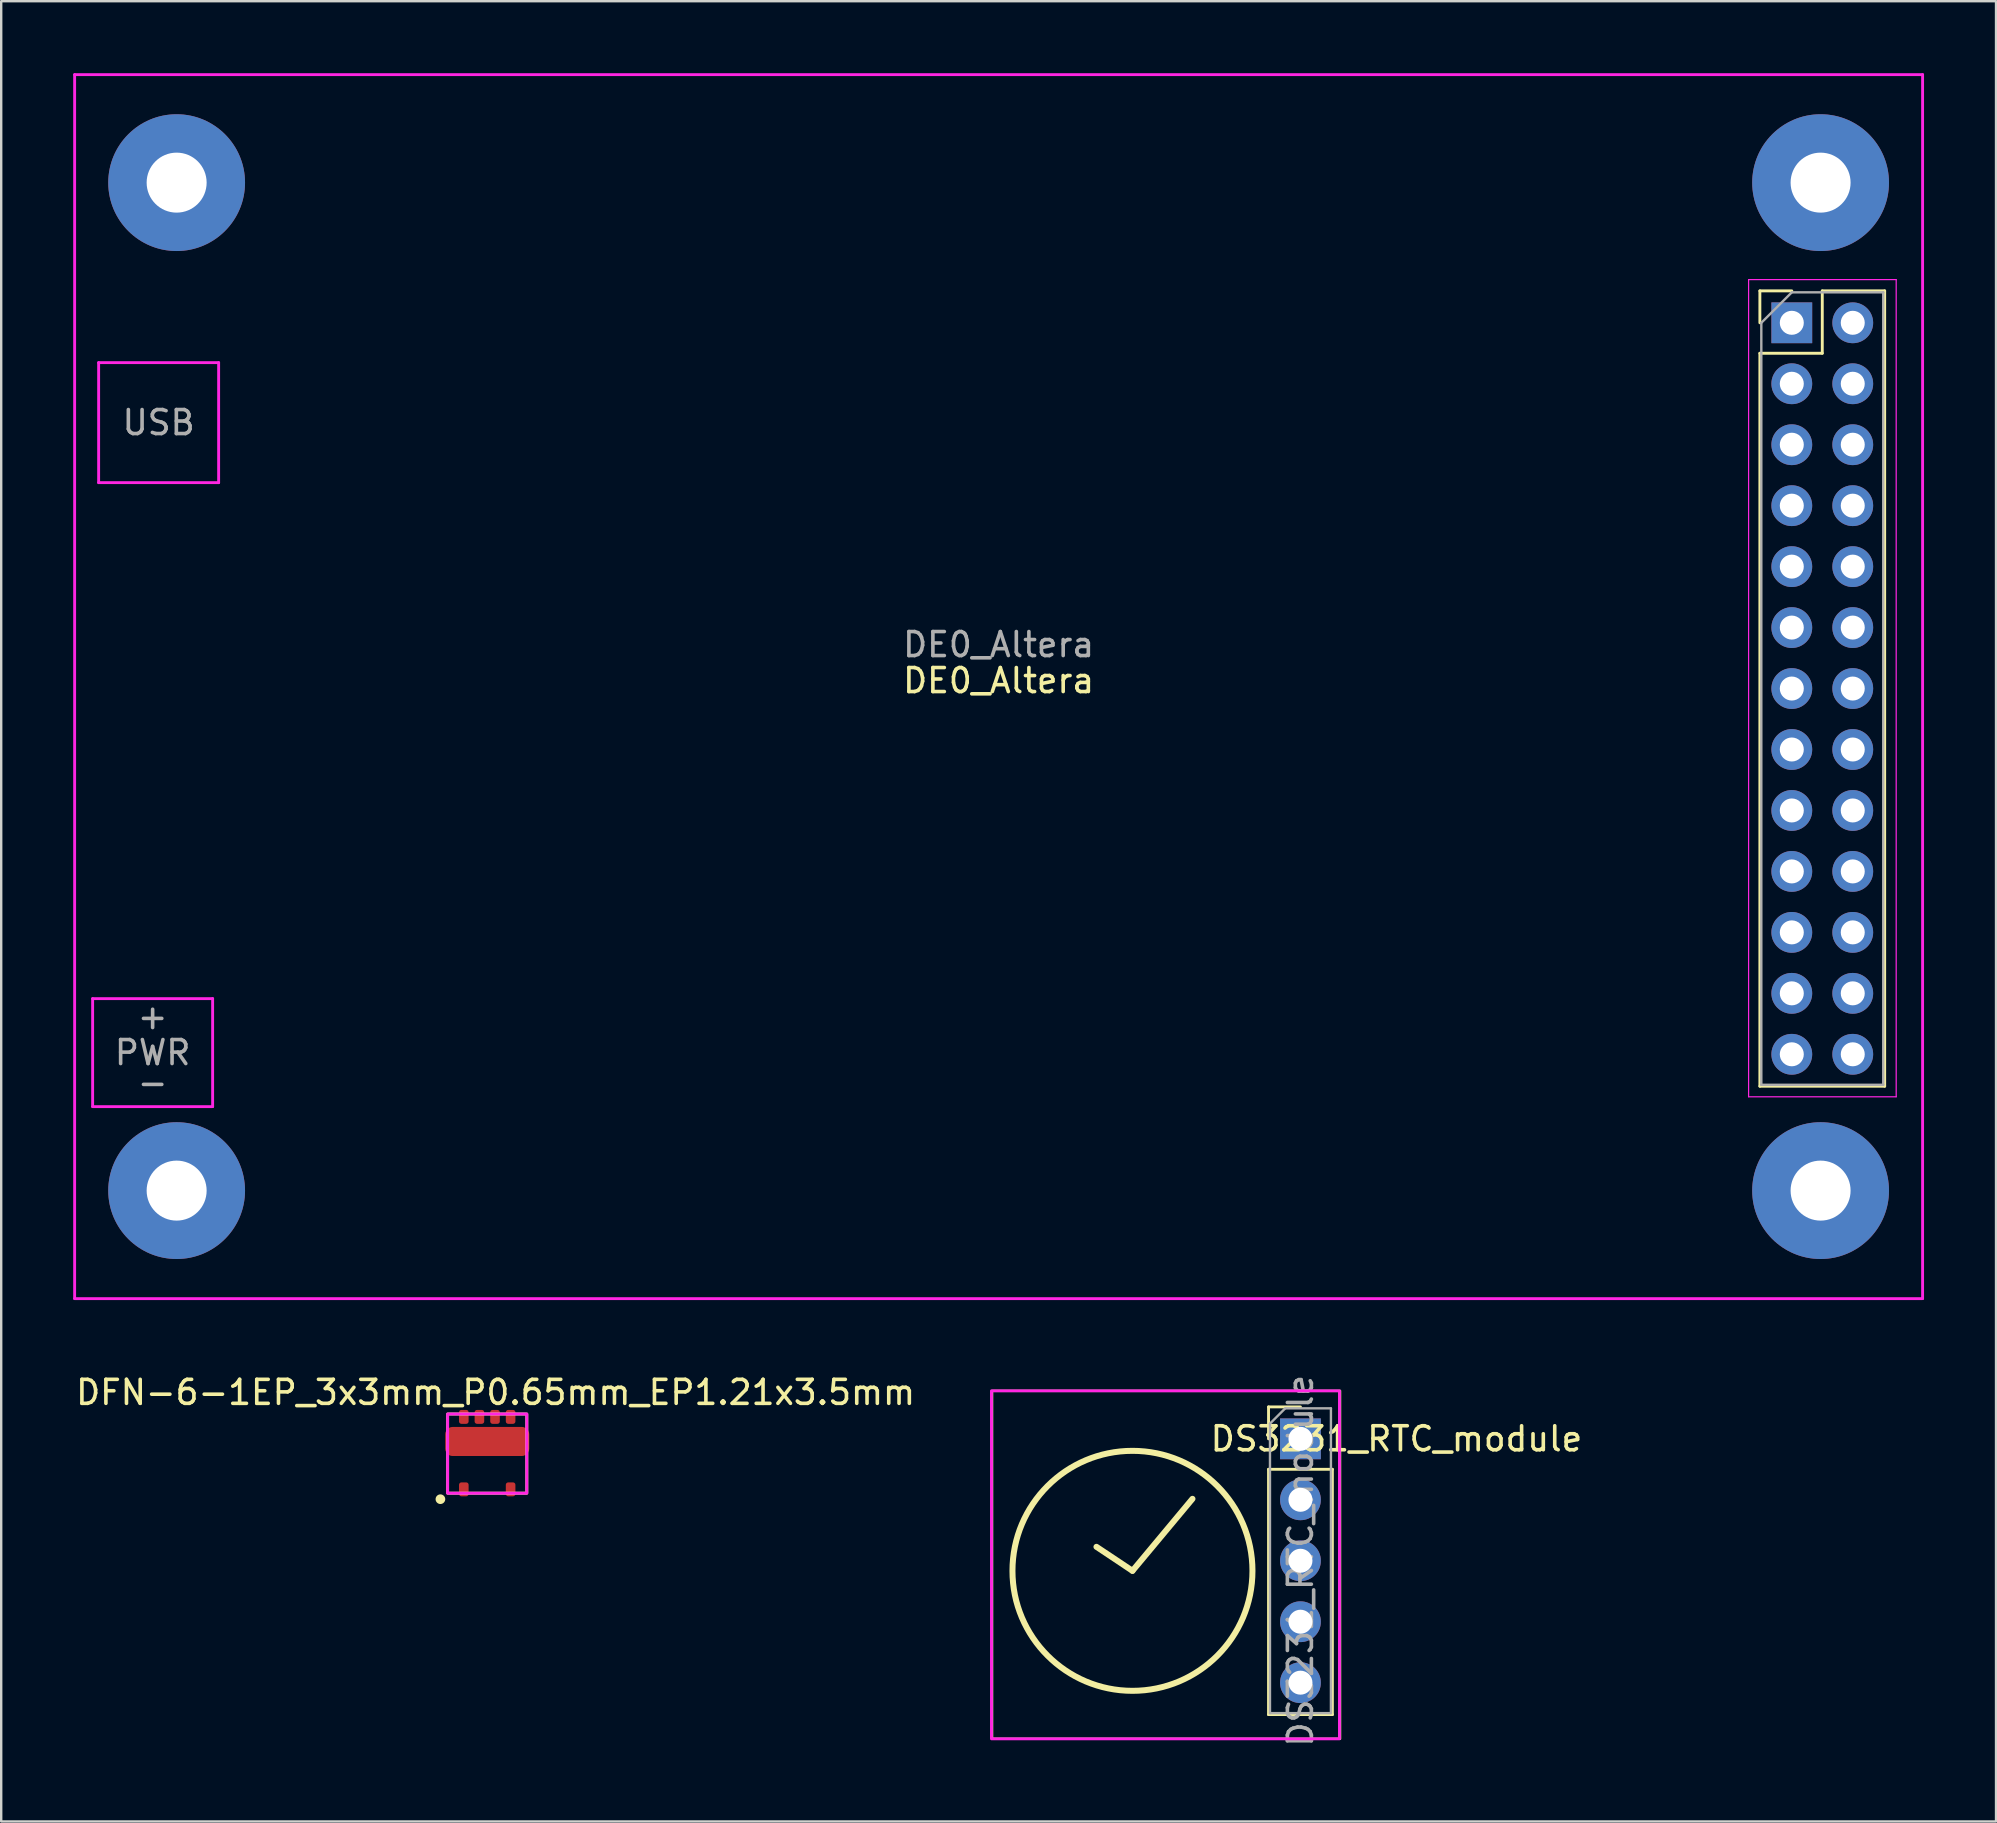
<source format=kicad_pcb>
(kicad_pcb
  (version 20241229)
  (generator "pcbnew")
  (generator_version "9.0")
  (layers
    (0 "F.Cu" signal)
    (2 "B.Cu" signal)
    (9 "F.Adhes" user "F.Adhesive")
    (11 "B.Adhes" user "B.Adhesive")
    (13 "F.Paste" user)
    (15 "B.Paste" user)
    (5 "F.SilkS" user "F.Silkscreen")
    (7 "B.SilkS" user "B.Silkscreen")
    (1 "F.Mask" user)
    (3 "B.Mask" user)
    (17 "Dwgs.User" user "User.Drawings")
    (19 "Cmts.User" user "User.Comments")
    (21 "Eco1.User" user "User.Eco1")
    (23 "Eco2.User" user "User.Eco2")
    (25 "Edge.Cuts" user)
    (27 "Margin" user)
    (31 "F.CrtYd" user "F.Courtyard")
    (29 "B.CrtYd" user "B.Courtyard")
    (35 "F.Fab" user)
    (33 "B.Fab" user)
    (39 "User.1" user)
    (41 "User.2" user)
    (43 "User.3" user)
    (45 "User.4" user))
  (footprint "DFN-6-1EP_3x3mm_P0.65mm_EP1.21x3.5mm"
    (layer "F.Cu")
    (at 17.251 57.618)
    (property "Reference" "DFN-6-1EP_3x3mm_P0.65mm_EP1.21x3.5mm" (at 0.35 -2.65 0) (unlocked yes) (layer "F.SilkS") (effects (font (size 1 1) (thickness 0.15))))
    (attr smd)
    (fp_rect (start -1.65 1.55) (end 1.65 -1.75) (stroke (width 0.12) (type default)) (fill no) (layer "F.SilkS"))
    (fp_circle (center -1.95 1.8) (end -1.809 1.8) (stroke (width 0.12) (type solid)) (fill yes) (layer "F.SilkS"))
    (fp_rect (start -1.65 1.55) (end 1.65 -1.75) (stroke (width 0.12) (type default)) (fill no) (layer "F.CrtYd"))
    (pad "1" smd roundrect (at -0.975 1.39 180) (size 0.4 0.58) (layers "F.Cu" "F.Mask" "F.Paste") (roundrect_rratio 0.25))
    (pad "2" smd roundrect (at 0.975 1.39 180) (size 0.4 0.58) (layers "F.Cu" "F.Mask" "F.Paste") (roundrect_rratio 0.25))
    (pad "3" smd roundrect (at 0.975 -1.63 180) (size 0.4 0.58) (layers "F.Cu" "F.Mask" "F.Paste") (roundrect_rratio 0.25))
    (pad "4" smd roundrect (at 0 -0.605 180) (size 3.5 1.21) (layers "F.Cu" "F.Mask" "F.Paste") (roundrect_rratio 0.25))
    (pad "4" smd roundrect (at 0.325 -1.63 180) (size 0.4 0.58) (layers "F.Cu" "F.Mask" "F.Paste") (roundrect_rratio 0.25))
    (pad "5" smd roundrect (at -0.325 -1.63 180) (size 0.4 0.58) (layers "F.Cu" "F.Mask" "F.Paste") (roundrect_rratio 0.25))
    (pad "6" smd roundrect (at -0.975 -1.63 180) (size 0.4 0.58) (layers "F.Cu" "F.Mask" "F.Paste") (roundrect_rratio 0.25)))
  (footprint "DS3231_RTC_module"
    (layer "F.Cu")
    (at 51.137 56.903)
    (property "Reference" "DS3231_RTC_module" (at 4 0 0) (layer "F.SilkS") (effects (font (size 1 1) (thickness 0.15))))
    (attr through_hole)
    (fp_line (start -7 5.5) (end -8.5 4.5) (stroke (width 0.25) (type default)) (layer "F.SilkS"))
    (fp_line (start -7 5.5) (end -4.5 2.5) (stroke (width 0.25) (type default)) (layer "F.SilkS"))
    (fp_line (start -1.33 -1.33) (end 0 -1.33) (stroke (width 0.12) (type solid)) (layer "F.SilkS"))
    (fp_line (start -1.33 0) (end -1.33 -1.33) (stroke (width 0.12) (type solid)) (layer "F.SilkS"))
    (fp_line (start -1.33 1.27) (end -1.33 11.49) (stroke (width 0.12) (type solid)) (layer "F.SilkS"))
    (fp_line (start -1.33 1.27) (end 1.33 1.27) (stroke (width 0.12) (type solid)) (layer "F.SilkS"))
    (fp_line (start -1.33 11.49) (end 1.33 11.49) (stroke (width 0.12) (type solid)) (layer "F.SilkS"))
    (fp_line (start 1.33 1.27) (end 1.33 11.49) (stroke (width 0.12) (type solid)) (layer "F.SilkS"))
    (fp_rect (start -12.85 -2) (end 1.65 12.5) (stroke (width 0.1) (type default)) (fill no) (layer "F.SilkS"))
    (fp_circle (center -7 5.5) (end -2 5.5) (stroke (width 0.25) (type default)) (fill no) (layer "F.SilkS"))
    (fp_rect (start -12.875 -2) (end 1.625 12.5) (stroke (width 0.12) (type default)) (fill no) (layer "F.CrtYd"))
    (fp_line (start -1.27 -0.635) (end -0.635 -1.27) (stroke (width 0.1) (type solid)) (layer "F.Fab"))
    (fp_line (start -1.27 11.43) (end -1.27 -0.635) (stroke (width 0.1) (type solid)) (layer "F.Fab"))
    (fp_line (start -0.635 -1.27) (end 1.27 -1.27) (stroke (width 0.1) (type solid)) (layer "F.Fab"))
    (fp_line (start 1.27 -1.27) (end 1.27 11.43) (stroke (width 0.1) (type solid)) (layer "F.Fab"))
    (fp_line (start 1.27 11.43) (end -1.27 11.43) (stroke (width 0.1) (type solid)) (layer "F.Fab"))
    (fp_text user "${REFERENCE}" (at 0 5.08 90) (layer "F.Fab") (effects (font (size 1 1) (thickness 0.15))))
    (pad "1" thru_hole rect (at 0 0) (size 1.7 1.7) (drill 1) (layers "*.Cu" "*.Mask"))
    (pad "2" thru_hole oval (at 0 2.54) (size 1.7 1.7) (drill 1) (layers "*.Cu" "*.Mask"))
    (pad "3" thru_hole oval (at 0 5.08) (size 1.7 1.7) (drill 1) (layers "*.Cu" "*.Mask"))
    (pad "4" thru_hole oval (at 0 7.62) (size 1.7 1.7) (drill 1) (layers "*.Cu" "*.Mask"))
    (pad "5" thru_hole oval (at 0 10.16) (size 1.7 1.7) (drill 1) (layers "*.Cu" "*.Mask")))
  (footprint "DE0_Altera"
    (layer "F.Cu")
    (at 38.56 25.56)
    (property "Reference" "DE0_Altera" (at 0 -0.25 0) (layer "F.SilkS") (effects (font (size 1 1) (thickness 0.15))))
    (attr through_hole)
    (fp_line (start 31.72 -16.49) (end 33.05 -16.49) (stroke (width 0.12) (type solid)) (layer "F.SilkS"))
    (fp_line (start 31.72 -15.16) (end 31.72 -16.49) (stroke (width 0.12) (type solid)) (layer "F.SilkS"))
    (fp_line (start 31.72 -13.89) (end 31.72 16.65) (stroke (width 0.12) (type solid)) (layer "F.SilkS"))
    (fp_line (start 31.72 -13.89) (end 34.32 -13.89) (stroke (width 0.12) (type solid)) (layer "F.SilkS"))
    (fp_line (start 31.72 16.65) (end 36.92 16.65) (stroke (width 0.12) (type solid)) (layer "F.SilkS"))
    (fp_line (start 34.32 -16.49) (end 36.92 -16.49) (stroke (width 0.12) (type solid)) (layer "F.SilkS"))
    (fp_line (start 34.32 -13.89) (end 34.32 -16.49) (stroke (width 0.12) (type solid)) (layer "F.SilkS"))
    (fp_line (start 36.92 -16.49) (end 36.92 16.65) (stroke (width 0.12) (type solid)) (layer "F.SilkS"))
    (fp_line (start -38.5 -25.5) (end -38.5 25.5) (stroke (width 0.12) (type solid)) (layer "F.CrtYd"))
    (fp_line (start -38.5 25.5) (end 38.5 25.5) (stroke (width 0.12) (type solid)) (layer "F.CrtYd"))
    (fp_line (start -37.75 13) (end -32.75 13) (stroke (width 0.12) (type solid)) (layer "F.CrtYd"))
    (fp_line (start -37.75 17.5) (end -37.75 13) (stroke (width 0.12) (type solid)) (layer "F.CrtYd"))
    (fp_line (start -37.5 -13.5) (end -37.5 -8.5) (stroke (width 0.12) (type solid)) (layer "F.CrtYd"))
    (fp_line (start -37.5 -8.5) (end -32.5 -8.5) (stroke (width 0.12) (type solid)) (layer "F.CrtYd"))
    (fp_line (start -32.75 13) (end -32.75 17.5) (stroke (width 0.12) (type solid)) (layer "F.CrtYd"))
    (fp_line (start -32.75 17.5) (end -37.75 17.5) (stroke (width 0.12) (type solid)) (layer "F.CrtYd"))
    (fp_line (start -32.5 -13.5) (end -37.5 -13.5) (stroke (width 0.12) (type solid)) (layer "F.CrtYd"))
    (fp_line (start -32.5 -8.5) (end -32.5 -13.5) (stroke (width 0.12) (type solid)) (layer "F.CrtYd"))
    (fp_line (start 31.25 -16.96) (end 31.25 17.09) (stroke (width 0.05) (type solid)) (layer "F.CrtYd"))
    (fp_line (start 31.25 17.09) (end 37.4 17.09) (stroke (width 0.05) (type solid)) (layer "F.CrtYd"))
    (fp_line (start 37.4 -16.96) (end 31.25 -16.96) (stroke (width 0.05) (type solid)) (layer "F.CrtYd"))
    (fp_line (start 37.4 17.09) (end 37.4 -16.96) (stroke (width 0.05) (type solid)) (layer "F.CrtYd"))
    (fp_line (start 38.5 -25.5) (end -38.5 -25.5) (stroke (width 0.12) (type solid)) (layer "F.CrtYd"))
    (fp_line (start 38.5 25.5) (end 38.5 -25.5) (stroke (width 0.12) (type solid)) (layer "F.CrtYd"))
    (fp_line (start 31.78 -15.16) (end 33.05 -16.43) (stroke (width 0.1) (type solid)) (layer "F.Fab"))
    (fp_line (start 31.78 16.59) (end 31.78 -15.16) (stroke (width 0.1) (type solid)) (layer "F.Fab"))
    (fp_line (start 33.05 -16.43) (end 36.86 -16.43) (stroke (width 0.1) (type solid)) (layer "F.Fab"))
    (fp_line (start 36.86 -16.43) (end 36.86 16.59) (stroke (width 0.1) (type solid)) (layer "F.Fab"))
    (fp_line (start 36.86 16.59) (end 31.78 16.59) (stroke (width 0.1) (type solid)) (layer "F.Fab"))
    (fp_text user "${REFERENCE}" (at 0 -1.75 180) (layer "F.Fab") (effects (font (size 1 1) (thickness 0.15))))
    (fp_text user "+" (at -35.25 13.75 0) (layer "F.Fab") (effects (font (size 1 1) (thickness 0.15))))
    (fp_text user "-" (at -35.25 16.5 0) (layer "F.Fab") (effects (font (size 1 1) (thickness 0.15))))
    (fp_text user "PWR" (at -35.25 15.25 0) (layer "F.Fab") (effects (font (size 1 1) (thickness 0.15))))
    (fp_text user "USB" (at -35 -11 0) (layer "F.Fab") (effects (font (size 1 1) (thickness 0.15))))
    (pad "1" thru_hole rect (at 33.05 -15.16) (size 1.7 1.7) (drill 1) (layers "*.Cu" "*.Mask"))
    (pad "2" thru_hole oval (at 35.59 -15.16) (size 1.7 1.7) (drill 1) (layers "*.Cu" "*.Mask"))
    (pad "3" thru_hole oval (at 33.05 -12.62) (size 1.7 1.7) (drill 1) (layers "*.Cu" "*.Mask"))
    (pad "4" thru_hole oval (at 35.59 -12.62) (size 1.7 1.7) (drill 1) (layers "*.Cu" "*.Mask"))
    (pad "5" thru_hole oval (at 33.05 -10.08) (size 1.7 1.7) (drill 1) (layers "*.Cu" "*.Mask"))
    (pad "6" thru_hole oval (at 35.59 -10.08) (size 1.7 1.7) (drill 1) (layers "*.Cu" "*.Mask"))
    (pad "7" thru_hole oval (at 33.05 -7.54) (size 1.7 1.7) (drill 1) (layers "*.Cu" "*.Mask"))
    (pad "8" thru_hole oval (at 35.59 -7.54) (size 1.7 1.7) (drill 1) (layers "*.Cu" "*.Mask"))
    (pad "9" thru_hole oval (at 33.05 -5) (size 1.7 1.7) (drill 1) (layers "*.Cu" "*.Mask"))
    (pad "10" thru_hole oval (at 35.59 -5) (size 1.7 1.7) (drill 1) (layers "*.Cu" "*.Mask"))
    (pad "11" thru_hole oval (at 33.05 -2.46) (size 1.7 1.7) (drill 1) (layers "*.Cu" "*.Mask"))
    (pad "12" thru_hole oval (at 35.59 -2.46) (size 1.7 1.7) (drill 1) (layers "*.Cu" "*.Mask"))
    (pad "13" thru_hole oval (at 33.05 0.08) (size 1.7 1.7) (drill 1) (layers "*.Cu" "*.Mask"))
    (pad "14" thru_hole oval (at 35.59 0.08) (size 1.7 1.7) (drill 1) (layers "*.Cu" "*.Mask"))
    (pad "15" thru_hole oval (at 33.05 2.62) (size 1.7 1.7) (drill 1) (layers "*.Cu" "*.Mask"))
    (pad "16" thru_hole oval (at 35.59 2.62) (size 1.7 1.7) (drill 1) (layers "*.Cu" "*.Mask"))
    (pad "17" thru_hole oval (at 33.05 5.16) (size 1.7 1.7) (drill 1) (layers "*.Cu" "*.Mask"))
    (pad "18" thru_hole oval (at 35.59 5.16) (size 1.7 1.7) (drill 1) (layers "*.Cu" "*.Mask"))
    (pad "19" thru_hole oval (at 33.05 7.7) (size 1.7 1.7) (drill 1) (layers "*.Cu" "*.Mask"))
    (pad "20" thru_hole oval (at 35.59 7.7) (size 1.7 1.7) (drill 1) (layers "*.Cu" "*.Mask"))
    (pad "21" thru_hole oval (at 33.05 10.24) (size 1.7 1.7) (drill 1) (layers "*.Cu" "*.Mask"))
    (pad "22" thru_hole oval (at 35.59 10.24) (size 1.7 1.7) (drill 1) (layers "*.Cu" "*.Mask"))
    (pad "23" thru_hole oval (at 33.05 12.78) (size 1.7 1.7) (drill 1) (layers "*.Cu" "*.Mask"))
    (pad "24" thru_hole oval (at 35.59 12.78) (size 1.7 1.7) (drill 1) (layers "*.Cu" "*.Mask"))
    (pad "25" thru_hole oval (at 33.05 15.32) (size 1.7 1.7) (drill 1) (layers "*.Cu" "*.Mask"))
    (pad "26" thru_hole oval (at 35.59 15.32) (size 1.7 1.7) (drill 1) (layers "*.Cu" "*.Mask"))
    (pad "27" thru_hole circle (at -34.25 -21) (size 5.7 5.7) (drill 2.5) (layers "*.Cu" "*.Mask"))
    (pad "27" thru_hole circle (at -34.25 21) (size 5.7 5.7) (drill 2.5) (layers "*.Cu" "*.Mask"))
    (pad "27" thru_hole circle (at 34.25 -21) (size 5.7 5.7) (drill 2.5) (layers "*.Cu" "*.Mask"))
    (pad "27" thru_hole circle (at 34.25 21) (size 5.7 5.7) (drill 2.5) (layers "*.Cu" "*.Mask")))
  (gr_rect
    (start -3 -3)
    (end 80.12 72.846)
    (stroke (width 0.1) (type default))
    (fill no)
    (layer "Edge.Cuts")))
</source>
